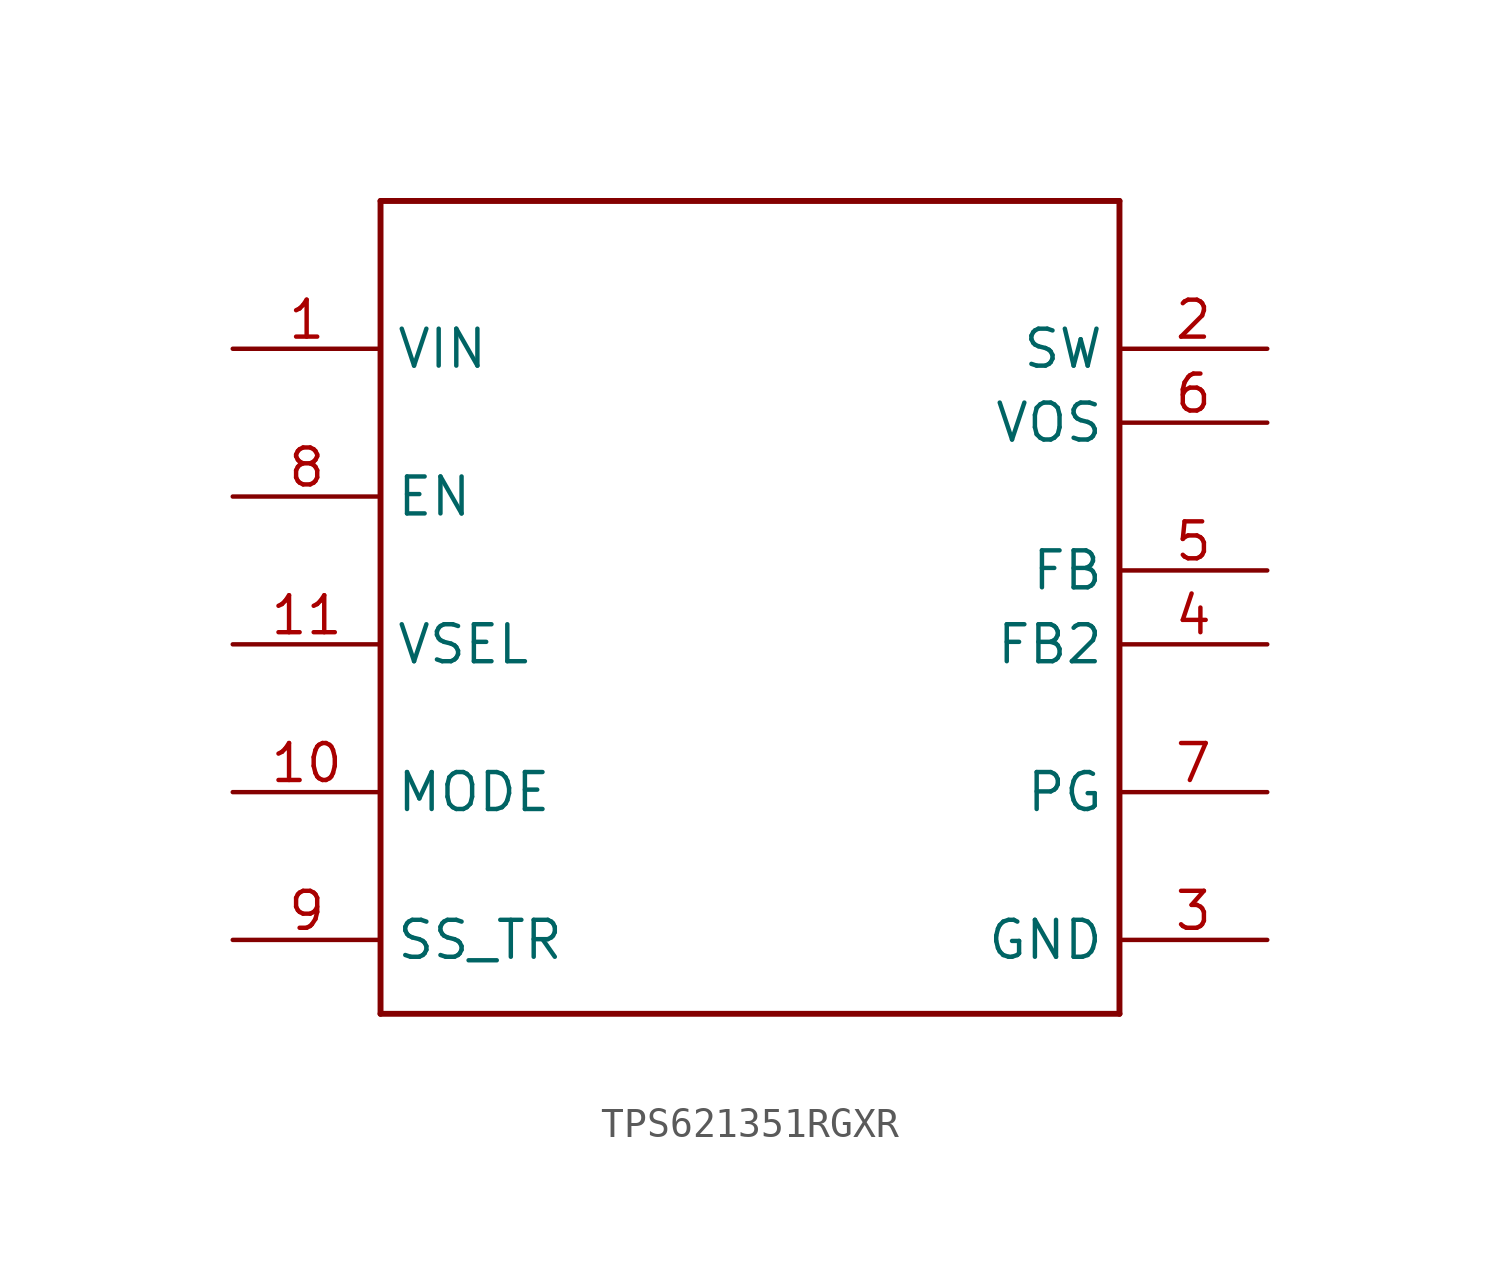
<source format=kicad_sym>
(kicad_symbol_lib
  (version 20231120)
  (generator "kicad_symbol_editor")
  (generator_version "8.99")
  (symbol "TPS621351RGXR"
    (property "Reference" "U"
      (at -12.852 18.517 0)
      (effects (font (size 2.083 1.77)) (justify left bottom) (hide yes)))
    (property "ki_locked" ""
      (at 0 0 0)
      (effects (font (size 1.27 1.27))))
    (symbol "TPS621351RGXR_1_0"
      (polyline (pts (xy -12.7 -10.16) (xy 12.7 -10.16)) (stroke (width 0.203) (type solid)) (fill (type none)))
      (polyline (pts (xy -12.7 17.78) (xy -12.7 -10.16)) (stroke (width 0.203) (type solid)) (fill (type none)))
      (polyline (pts (xy 12.7 -10.16) (xy 12.7 17.78)) (stroke (width 0.203) (type solid)) (fill (type none)))
      (polyline (pts (xy 12.7 17.78) (xy -12.7 17.78)) (stroke (width 0.203) (type solid)) (fill (type none)))
      (pin power_in line (at -17.78 12.7 0) (length 5.08) (name "VIN" (effects (font (size 1.27 1.27)))) (number "1" (effects (font (size 1.27 1.27)))))
      (pin input line (at -17.78 -2.54 0) (length 5.08) (name "MODE" (effects (font (size 1.27 1.27)))) (number "10" (effects (font (size 1.27 1.27)))))
      (pin input line (at -17.78 2.54 0) (length 5.08) (name "VSEL" (effects (font (size 1.27 1.27)))) (number "11" (effects (font (size 1.27 1.27)))))
      (pin power_in line (at 17.78 12.7 180) (length 5.08) (name "SW" (effects (font (size 1.27 1.27)))) (number "2" (effects (font (size 1.27 1.27)))))
      (pin power_in line (at 17.78 -7.62 180) (length 5.08) (name "GND" (effects (font (size 1.27 1.27)))) (number "3" (effects (font (size 1.27 1.27)))))
      (pin open_collector line (at 17.78 2.54 180) (length 5.08) (name "FB2" (effects (font (size 1.27 1.27)))) (number "4" (effects (font (size 1.27 1.27)))))
      (pin input line (at 17.78 5.08 180) (length 5.08) (name "FB" (effects (font (size 1.27 1.27)))) (number "5" (effects (font (size 1.27 1.27)))))
      (pin input line (at 17.78 10.16 180) (length 5.08) (name "VOS" (effects (font (size 1.27 1.27)))) (number "6" (effects (font (size 1.27 1.27)))))
      (pin open_collector line (at 17.78 -2.54 180) (length 5.08) (name "PG" (effects (font (size 1.27 1.27)))) (number "7" (effects (font (size 1.27 1.27)))))
      (pin input line (at -17.78 7.62 0) (length 5.08) (name "EN" (effects (font (size 1.27 1.27)))) (number "8" (effects (font (size 1.27 1.27)))))
      (pin input line (at -17.78 -7.62 0) (length 5.08) (name "SS_TR" (effects (font (size 1.27 1.27)))) (number "9" (effects (font (size 1.27 1.27))))))))
</source>
